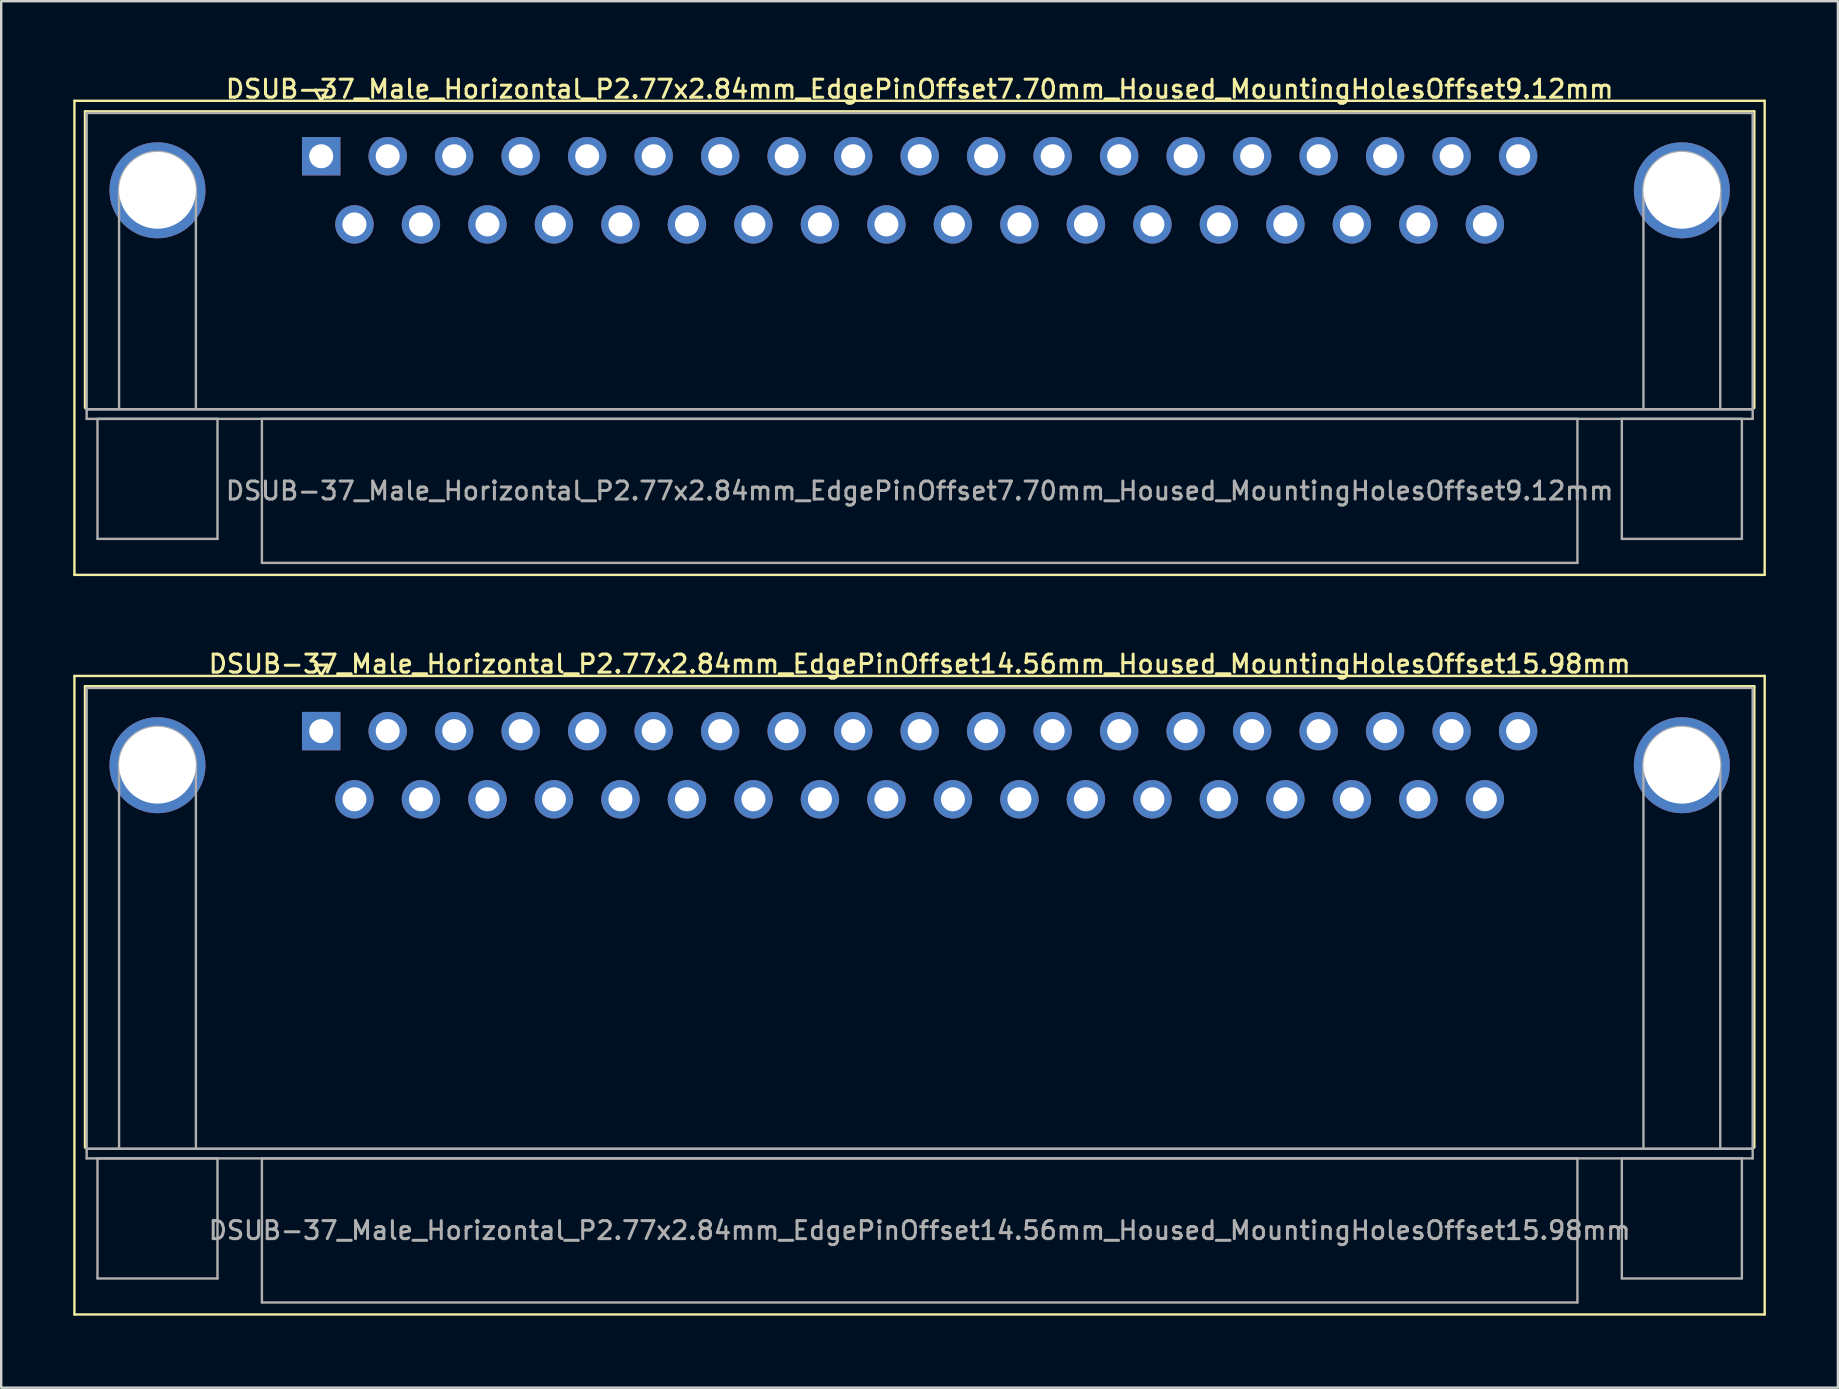
<source format=kicad_pcb>
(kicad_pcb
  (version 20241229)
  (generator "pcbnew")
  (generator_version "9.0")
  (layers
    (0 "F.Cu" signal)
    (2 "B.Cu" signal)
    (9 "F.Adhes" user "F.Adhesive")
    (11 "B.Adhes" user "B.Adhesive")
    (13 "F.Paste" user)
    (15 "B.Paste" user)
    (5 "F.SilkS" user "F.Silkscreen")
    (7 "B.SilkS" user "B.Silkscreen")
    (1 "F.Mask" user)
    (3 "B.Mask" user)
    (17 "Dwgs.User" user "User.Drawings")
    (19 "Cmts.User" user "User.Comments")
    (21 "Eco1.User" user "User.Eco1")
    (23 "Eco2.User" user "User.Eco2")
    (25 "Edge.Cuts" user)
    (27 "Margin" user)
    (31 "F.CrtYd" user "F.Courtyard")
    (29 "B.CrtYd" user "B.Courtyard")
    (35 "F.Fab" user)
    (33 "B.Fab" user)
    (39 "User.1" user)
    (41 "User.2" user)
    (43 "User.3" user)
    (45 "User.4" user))
  (footprint "DSUB-37_Male_Horizontal_P2.77x2.84mm_EdgePinOffset7.70mm_Housed_MountingHolesOffset9.12mm"
    (layer "F.Cu")
    (at 10.33 3.458)
    (property "Reference" "DSUB-37_Male_Horizontal_P2.77x2.84mm_EdgePinOffset7.70mm_Housed_MountingHolesOffset9.12mm" (at 24.93 -2.8 0) (layer "F.SilkS") (effects (font (size 0.75 0.75) (thickness 0.125))))
    (attr through_hole)
    (fp_line (start -10.28 -2.31) (end -10.28 17.44) (stroke (width 0.1) (type solid)) (layer "F.SilkS"))
    (fp_line (start -10.28 17.44) (end 60.13 17.44) (stroke (width 0.1) (type solid)) (layer "F.SilkS"))
    (fp_line (start -9.83 -1.86) (end 59.69 -1.86) (stroke (width 0.12) (type solid)) (layer "F.SilkS"))
    (fp_line (start -9.83 10.48) (end -9.83 -1.86) (stroke (width 0.12) (type solid)) (layer "F.SilkS"))
    (fp_line (start -0.25 -2.754) (end 0.25 -2.754) (stroke (width 0.12) (type solid)) (layer "F.SilkS"))
    (fp_line (start 0 -2.321) (end -0.25 -2.754) (stroke (width 0.12) (type solid)) (layer "F.SilkS"))
    (fp_line (start 0.25 -2.754) (end 0 -2.321) (stroke (width 0.12) (type solid)) (layer "F.SilkS"))
    (fp_line (start 59.69 -1.86) (end 59.69 10.48) (stroke (width 0.12) (type solid)) (layer "F.SilkS"))
    (fp_line (start 60.13 -2.31) (end -10.28 -2.31) (stroke (width 0.1) (type solid)) (layer "F.SilkS"))
    (fp_line (start 60.13 17.44) (end 60.13 -2.31) (stroke (width 0.1) (type solid)) (layer "F.SilkS"))
    (fp_line (start -9.77 -1.8) (end -9.77 10.54) (stroke (width 0.1) (type solid)) (layer "F.Fab"))
    (fp_line (start -9.77 10.54) (end -9.77 10.94) (stroke (width 0.1) (type solid)) (layer "F.Fab"))
    (fp_line (start -9.77 10.54) (end 59.63 10.54) (stroke (width 0.1) (type solid)) (layer "F.Fab"))
    (fp_line (start -9.77 10.94) (end 59.63 10.94) (stroke (width 0.1) (type solid)) (layer "F.Fab"))
    (fp_line (start -9.32 10.94) (end -9.32 15.94) (stroke (width 0.1) (type solid)) (layer "F.Fab"))
    (fp_line (start -9.32 15.94) (end -4.32 15.94) (stroke (width 0.1) (type solid)) (layer "F.Fab"))
    (fp_line (start -8.42 10.54) (end -8.42 1.42) (stroke (width 0.1) (type solid)) (layer "F.Fab"))
    (fp_line (start -5.22 10.54) (end -5.22 1.42) (stroke (width 0.1) (type solid)) (layer "F.Fab"))
    (fp_line (start -4.32 10.94) (end -9.32 10.94) (stroke (width 0.1) (type solid)) (layer "F.Fab"))
    (fp_line (start -4.32 15.94) (end -4.32 10.94) (stroke (width 0.1) (type solid)) (layer "F.Fab"))
    (fp_line (start -2.47 10.94) (end -2.47 16.94) (stroke (width 0.1) (type solid)) (layer "F.Fab"))
    (fp_line (start -2.47 16.94) (end 52.33 16.94) (stroke (width 0.1) (type solid)) (layer "F.Fab"))
    (fp_line (start 52.33 10.94) (end -2.47 10.94) (stroke (width 0.1) (type solid)) (layer "F.Fab"))
    (fp_line (start 52.33 16.94) (end 52.33 10.94) (stroke (width 0.1) (type solid)) (layer "F.Fab"))
    (fp_line (start 54.18 10.94) (end 54.18 15.94) (stroke (width 0.1) (type solid)) (layer "F.Fab"))
    (fp_line (start 54.18 15.94) (end 59.18 15.94) (stroke (width 0.1) (type solid)) (layer "F.Fab"))
    (fp_line (start 55.08 10.54) (end 55.08 1.42) (stroke (width 0.1) (type solid)) (layer "F.Fab"))
    (fp_line (start 58.28 10.54) (end 58.28 1.42) (stroke (width 0.1) (type solid)) (layer "F.Fab"))
    (fp_line (start 59.18 10.94) (end 54.18 10.94) (stroke (width 0.1) (type solid)) (layer "F.Fab"))
    (fp_line (start 59.18 15.94) (end 59.18 10.94) (stroke (width 0.1) (type solid)) (layer "F.Fab"))
    (fp_line (start 59.63 -1.8) (end -9.77 -1.8) (stroke (width 0.1) (type solid)) (layer "F.Fab"))
    (fp_line (start 59.63 10.54) (end -9.77 10.54) (stroke (width 0.1) (type solid)) (layer "F.Fab"))
    (fp_line (start 59.63 10.54) (end 59.63 -1.8) (stroke (width 0.1) (type solid)) (layer "F.Fab"))
    (fp_line (start 59.63 10.94) (end 59.63 10.54) (stroke (width 0.1) (type solid)) (layer "F.Fab"))
    (fp_arc (start -8.42 1.42) (mid -6.82 -0.18) (end -5.22 1.42) (stroke (width 0.1) (type solid)) (layer "F.Fab"))
    (fp_arc (start 55.08 1.42) (mid 56.68 -0.18) (end 58.28 1.42) (stroke (width 0.1) (type solid)) (layer "F.Fab"))
    (fp_text user "${REFERENCE}" (at 24.93 13.94 0) (layer "F.Fab") (effects (font (size 0.75 0.75) (thickness 0.125))))
    (pad "0" thru_hole circle (at -6.82 1.42) (size 4 4) (drill 3.2) (layers "*.Cu" "*.Mask"))
    (pad "0" thru_hole circle (at 56.68 1.42) (size 4 4) (drill 3.2) (layers "*.Cu" "*.Mask"))
    (pad "1" thru_hole rect (at 0 0) (size 1.6 1.6) (drill 1) (layers "*.Cu" "*.Mask"))
    (pad "2" thru_hole circle (at 2.77 0) (size 1.6 1.6) (drill 1) (layers "*.Cu" "*.Mask"))
    (pad "3" thru_hole circle (at 5.54 0) (size 1.6 1.6) (drill 1) (layers "*.Cu" "*.Mask"))
    (pad "4" thru_hole circle (at 8.31 0) (size 1.6 1.6) (drill 1) (layers "*.Cu" "*.Mask"))
    (pad "5" thru_hole circle (at 11.08 0) (size 1.6 1.6) (drill 1) (layers "*.Cu" "*.Mask"))
    (pad "6" thru_hole circle (at 13.85 0) (size 1.6 1.6) (drill 1) (layers "*.Cu" "*.Mask"))
    (pad "7" thru_hole circle (at 16.62 0) (size 1.6 1.6) (drill 1) (layers "*.Cu" "*.Mask"))
    (pad "8" thru_hole circle (at 19.39 0) (size 1.6 1.6) (drill 1) (layers "*.Cu" "*.Mask"))
    (pad "9" thru_hole circle (at 22.16 0) (size 1.6 1.6) (drill 1) (layers "*.Cu" "*.Mask"))
    (pad "10" thru_hole circle (at 24.93 0) (size 1.6 1.6) (drill 1) (layers "*.Cu" "*.Mask"))
    (pad "11" thru_hole circle (at 27.7 0) (size 1.6 1.6) (drill 1) (layers "*.Cu" "*.Mask"))
    (pad "12" thru_hole circle (at 30.47 0) (size 1.6 1.6) (drill 1) (layers "*.Cu" "*.Mask"))
    (pad "13" thru_hole circle (at 33.24 0) (size 1.6 1.6) (drill 1) (layers "*.Cu" "*.Mask"))
    (pad "14" thru_hole circle (at 36.01 0) (size 1.6 1.6) (drill 1) (layers "*.Cu" "*.Mask"))
    (pad "15" thru_hole circle (at 38.78 0) (size 1.6 1.6) (drill 1) (layers "*.Cu" "*.Mask"))
    (pad "16" thru_hole circle (at 41.55 0) (size 1.6 1.6) (drill 1) (layers "*.Cu" "*.Mask"))
    (pad "17" thru_hole circle (at 44.32 0) (size 1.6 1.6) (drill 1) (layers "*.Cu" "*.Mask"))
    (pad "18" thru_hole circle (at 47.09 0) (size 1.6 1.6) (drill 1) (layers "*.Cu" "*.Mask"))
    (pad "19" thru_hole circle (at 49.86 0) (size 1.6 1.6) (drill 1) (layers "*.Cu" "*.Mask"))
    (pad "20" thru_hole circle (at 1.385 2.84) (size 1.6 1.6) (drill 1) (layers "*.Cu" "*.Mask"))
    (pad "21" thru_hole circle (at 4.155 2.84) (size 1.6 1.6) (drill 1) (layers "*.Cu" "*.Mask"))
    (pad "22" thru_hole circle (at 6.925 2.84) (size 1.6 1.6) (drill 1) (layers "*.Cu" "*.Mask"))
    (pad "23" thru_hole circle (at 9.695 2.84) (size 1.6 1.6) (drill 1) (layers "*.Cu" "*.Mask"))
    (pad "24" thru_hole circle (at 12.465 2.84) (size 1.6 1.6) (drill 1) (layers "*.Cu" "*.Mask"))
    (pad "25" thru_hole circle (at 15.235 2.84) (size 1.6 1.6) (drill 1) (layers "*.Cu" "*.Mask"))
    (pad "26" thru_hole circle (at 18.005 2.84) (size 1.6 1.6) (drill 1) (layers "*.Cu" "*.Mask"))
    (pad "27" thru_hole circle (at 20.775 2.84) (size 1.6 1.6) (drill 1) (layers "*.Cu" "*.Mask"))
    (pad "28" thru_hole circle (at 23.545 2.84) (size 1.6 1.6) (drill 1) (layers "*.Cu" "*.Mask"))
    (pad "29" thru_hole circle (at 26.315 2.84) (size 1.6 1.6) (drill 1) (layers "*.Cu" "*.Mask"))
    (pad "30" thru_hole circle (at 29.085 2.84) (size 1.6 1.6) (drill 1) (layers "*.Cu" "*.Mask"))
    (pad "31" thru_hole circle (at 31.855 2.84) (size 1.6 1.6) (drill 1) (layers "*.Cu" "*.Mask"))
    (pad "32" thru_hole circle (at 34.625 2.84) (size 1.6 1.6) (drill 1) (layers "*.Cu" "*.Mask"))
    (pad "33" thru_hole circle (at 37.395 2.84) (size 1.6 1.6) (drill 1) (layers "*.Cu" "*.Mask"))
    (pad "34" thru_hole circle (at 40.165 2.84) (size 1.6 1.6) (drill 1) (layers "*.Cu" "*.Mask"))
    (pad "35" thru_hole circle (at 42.935 2.84) (size 1.6 1.6) (drill 1) (layers "*.Cu" "*.Mask"))
    (pad "36" thru_hole circle (at 45.705 2.84) (size 1.6 1.6) (drill 1) (layers "*.Cu" "*.Mask"))
    (pad "37" thru_hole circle (at 48.475 2.84) (size 1.6 1.6) (drill 1) (layers "*.Cu" "*.Mask")))
  (footprint "DSUB-37_Male_Horizontal_P2.77x2.84mm_EdgePinOffset14.56mm_Housed_MountingHolesOffset15.98mm"
    (layer "F.Cu")
    (at 10.33 27.406)
    (property "Reference" "DSUB-37_Male_Horizontal_P2.77x2.84mm_EdgePinOffset14.56mm_Housed_MountingHolesOffset15.98mm" (at 24.93 -2.8 0) (layer "F.SilkS") (effects (font (size 0.75 0.75) (thickness 0.125))))
    (attr through_hole)
    (fp_line (start -10.28 -2.3) (end -10.28 24.3) (stroke (width 0.1) (type solid)) (layer "F.SilkS"))
    (fp_line (start -10.28 24.3) (end 60.13 24.3) (stroke (width 0.1) (type solid)) (layer "F.SilkS"))
    (fp_line (start -9.83 -1.86) (end 59.69 -1.86) (stroke (width 0.12) (type solid)) (layer "F.SilkS"))
    (fp_line (start -9.83 17.34) (end -9.83 -1.86) (stroke (width 0.12) (type solid)) (layer "F.SilkS"))
    (fp_line (start -0.25 -2.754) (end 0.25 -2.754) (stroke (width 0.12) (type solid)) (layer "F.SilkS"))
    (fp_line (start 0 -2.321) (end -0.25 -2.754) (stroke (width 0.12) (type solid)) (layer "F.SilkS"))
    (fp_line (start 0.25 -2.754) (end 0 -2.321) (stroke (width 0.12) (type solid)) (layer "F.SilkS"))
    (fp_line (start 59.69 -1.86) (end 59.69 17.34) (stroke (width 0.12) (type solid)) (layer "F.SilkS"))
    (fp_line (start 60.13 -2.3) (end -10.28 -2.3) (stroke (width 0.1) (type solid)) (layer "F.SilkS"))
    (fp_line (start 60.13 24.3) (end 60.13 -2.3) (stroke (width 0.1) (type solid)) (layer "F.SilkS"))
    (fp_line (start -9.77 -1.8) (end -9.77 17.4) (stroke (width 0.1) (type solid)) (layer "F.Fab"))
    (fp_line (start -9.77 17.4) (end -9.77 17.8) (stroke (width 0.1) (type solid)) (layer "F.Fab"))
    (fp_line (start -9.77 17.4) (end 59.63 17.4) (stroke (width 0.1) (type solid)) (layer "F.Fab"))
    (fp_line (start -9.77 17.8) (end 59.63 17.8) (stroke (width 0.1) (type solid)) (layer "F.Fab"))
    (fp_line (start -9.32 17.8) (end -9.32 22.8) (stroke (width 0.1) (type solid)) (layer "F.Fab"))
    (fp_line (start -9.32 22.8) (end -4.32 22.8) (stroke (width 0.1) (type solid)) (layer "F.Fab"))
    (fp_line (start -8.42 17.4) (end -8.42 1.42) (stroke (width 0.1) (type solid)) (layer "F.Fab"))
    (fp_line (start -5.22 17.4) (end -5.22 1.42) (stroke (width 0.1) (type solid)) (layer "F.Fab"))
    (fp_line (start -4.32 17.8) (end -9.32 17.8) (stroke (width 0.1) (type solid)) (layer "F.Fab"))
    (fp_line (start -4.32 22.8) (end -4.32 17.8) (stroke (width 0.1) (type solid)) (layer "F.Fab"))
    (fp_line (start -2.47 17.8) (end -2.47 23.8) (stroke (width 0.1) (type solid)) (layer "F.Fab"))
    (fp_line (start -2.47 23.8) (end 52.33 23.8) (stroke (width 0.1) (type solid)) (layer "F.Fab"))
    (fp_line (start 52.33 17.8) (end -2.47 17.8) (stroke (width 0.1) (type solid)) (layer "F.Fab"))
    (fp_line (start 52.33 23.8) (end 52.33 17.8) (stroke (width 0.1) (type solid)) (layer "F.Fab"))
    (fp_line (start 54.18 17.8) (end 54.18 22.8) (stroke (width 0.1) (type solid)) (layer "F.Fab"))
    (fp_line (start 54.18 22.8) (end 59.18 22.8) (stroke (width 0.1) (type solid)) (layer "F.Fab"))
    (fp_line (start 55.08 17.4) (end 55.08 1.42) (stroke (width 0.1) (type solid)) (layer "F.Fab"))
    (fp_line (start 58.28 17.4) (end 58.28 1.42) (stroke (width 0.1) (type solid)) (layer "F.Fab"))
    (fp_line (start 59.18 17.8) (end 54.18 17.8) (stroke (width 0.1) (type solid)) (layer "F.Fab"))
    (fp_line (start 59.18 22.8) (end 59.18 17.8) (stroke (width 0.1) (type solid)) (layer "F.Fab"))
    (fp_line (start 59.63 -1.8) (end -9.77 -1.8) (stroke (width 0.1) (type solid)) (layer "F.Fab"))
    (fp_line (start 59.63 17.4) (end -9.77 17.4) (stroke (width 0.1) (type solid)) (layer "F.Fab"))
    (fp_line (start 59.63 17.4) (end 59.63 -1.8) (stroke (width 0.1) (type solid)) (layer "F.Fab"))
    (fp_line (start 59.63 17.8) (end 59.63 17.4) (stroke (width 0.1) (type solid)) (layer "F.Fab"))
    (fp_arc (start -8.42 1.42) (mid -6.82 -0.18) (end -5.22 1.42) (stroke (width 0.1) (type solid)) (layer "F.Fab"))
    (fp_arc (start 55.08 1.42) (mid 56.68 -0.18) (end 58.28 1.42) (stroke (width 0.1) (type solid)) (layer "F.Fab"))
    (fp_text user "${REFERENCE}" (at 24.93 20.8 0) (layer "F.Fab") (effects (font (size 0.75 0.75) (thickness 0.125))))
    (pad "0" thru_hole circle (at -6.82 1.42) (size 4 4) (drill 3.2) (layers "*.Cu" "*.Mask"))
    (pad "0" thru_hole circle (at 56.68 1.42) (size 4 4) (drill 3.2) (layers "*.Cu" "*.Mask"))
    (pad "1" thru_hole rect (at 0 0) (size 1.6 1.6) (drill 1) (layers "*.Cu" "*.Mask"))
    (pad "2" thru_hole circle (at 2.77 0) (size 1.6 1.6) (drill 1) (layers "*.Cu" "*.Mask"))
    (pad "3" thru_hole circle (at 5.54 0) (size 1.6 1.6) (drill 1) (layers "*.Cu" "*.Mask"))
    (pad "4" thru_hole circle (at 8.31 0) (size 1.6 1.6) (drill 1) (layers "*.Cu" "*.Mask"))
    (pad "5" thru_hole circle (at 11.08 0) (size 1.6 1.6) (drill 1) (layers "*.Cu" "*.Mask"))
    (pad "6" thru_hole circle (at 13.85 0) (size 1.6 1.6) (drill 1) (layers "*.Cu" "*.Mask"))
    (pad "7" thru_hole circle (at 16.62 0) (size 1.6 1.6) (drill 1) (layers "*.Cu" "*.Mask"))
    (pad "8" thru_hole circle (at 19.39 0) (size 1.6 1.6) (drill 1) (layers "*.Cu" "*.Mask"))
    (pad "9" thru_hole circle (at 22.16 0) (size 1.6 1.6) (drill 1) (layers "*.Cu" "*.Mask"))
    (pad "10" thru_hole circle (at 24.93 0) (size 1.6 1.6) (drill 1) (layers "*.Cu" "*.Mask"))
    (pad "11" thru_hole circle (at 27.7 0) (size 1.6 1.6) (drill 1) (layers "*.Cu" "*.Mask"))
    (pad "12" thru_hole circle (at 30.47 0) (size 1.6 1.6) (drill 1) (layers "*.Cu" "*.Mask"))
    (pad "13" thru_hole circle (at 33.24 0) (size 1.6 1.6) (drill 1) (layers "*.Cu" "*.Mask"))
    (pad "14" thru_hole circle (at 36.01 0) (size 1.6 1.6) (drill 1) (layers "*.Cu" "*.Mask"))
    (pad "15" thru_hole circle (at 38.78 0) (size 1.6 1.6) (drill 1) (layers "*.Cu" "*.Mask"))
    (pad "16" thru_hole circle (at 41.55 0) (size 1.6 1.6) (drill 1) (layers "*.Cu" "*.Mask"))
    (pad "17" thru_hole circle (at 44.32 0) (size 1.6 1.6) (drill 1) (layers "*.Cu" "*.Mask"))
    (pad "18" thru_hole circle (at 47.09 0) (size 1.6 1.6) (drill 1) (layers "*.Cu" "*.Mask"))
    (pad "19" thru_hole circle (at 49.86 0) (size 1.6 1.6) (drill 1) (layers "*.Cu" "*.Mask"))
    (pad "20" thru_hole circle (at 1.385 2.84) (size 1.6 1.6) (drill 1) (layers "*.Cu" "*.Mask"))
    (pad "21" thru_hole circle (at 4.155 2.84) (size 1.6 1.6) (drill 1) (layers "*.Cu" "*.Mask"))
    (pad "22" thru_hole circle (at 6.925 2.84) (size 1.6 1.6) (drill 1) (layers "*.Cu" "*.Mask"))
    (pad "23" thru_hole circle (at 9.695 2.84) (size 1.6 1.6) (drill 1) (layers "*.Cu" "*.Mask"))
    (pad "24" thru_hole circle (at 12.465 2.84) (size 1.6 1.6) (drill 1) (layers "*.Cu" "*.Mask"))
    (pad "25" thru_hole circle (at 15.235 2.84) (size 1.6 1.6) (drill 1) (layers "*.Cu" "*.Mask"))
    (pad "26" thru_hole circle (at 18.005 2.84) (size 1.6 1.6) (drill 1) (layers "*.Cu" "*.Mask"))
    (pad "27" thru_hole circle (at 20.775 2.84) (size 1.6 1.6) (drill 1) (layers "*.Cu" "*.Mask"))
    (pad "28" thru_hole circle (at 23.545 2.84) (size 1.6 1.6) (drill 1) (layers "*.Cu" "*.Mask"))
    (pad "29" thru_hole circle (at 26.315 2.84) (size 1.6 1.6) (drill 1) (layers "*.Cu" "*.Mask"))
    (pad "30" thru_hole circle (at 29.085 2.84) (size 1.6 1.6) (drill 1) (layers "*.Cu" "*.Mask"))
    (pad "31" thru_hole circle (at 31.855 2.84) (size 1.6 1.6) (drill 1) (layers "*.Cu" "*.Mask"))
    (pad "32" thru_hole circle (at 34.625 2.84) (size 1.6 1.6) (drill 1) (layers "*.Cu" "*.Mask"))
    (pad "33" thru_hole circle (at 37.395 2.84) (size 1.6 1.6) (drill 1) (layers "*.Cu" "*.Mask"))
    (pad "34" thru_hole circle (at 40.165 2.84) (size 1.6 1.6) (drill 1) (layers "*.Cu" "*.Mask"))
    (pad "35" thru_hole circle (at 42.935 2.84) (size 1.6 1.6) (drill 1) (layers "*.Cu" "*.Mask"))
    (pad "36" thru_hole circle (at 45.705 2.84) (size 1.6 1.6) (drill 1) (layers "*.Cu" "*.Mask"))
    (pad "37" thru_hole circle (at 48.475 2.84) (size 1.6 1.6) (drill 1) (layers "*.Cu" "*.Mask")))
  (gr_rect
    (start -3 -3)
    (end 73.51 54.756)
    (stroke (width 0.1) (type default))
    (fill no)
    (layer "Edge.Cuts")))
</source>
